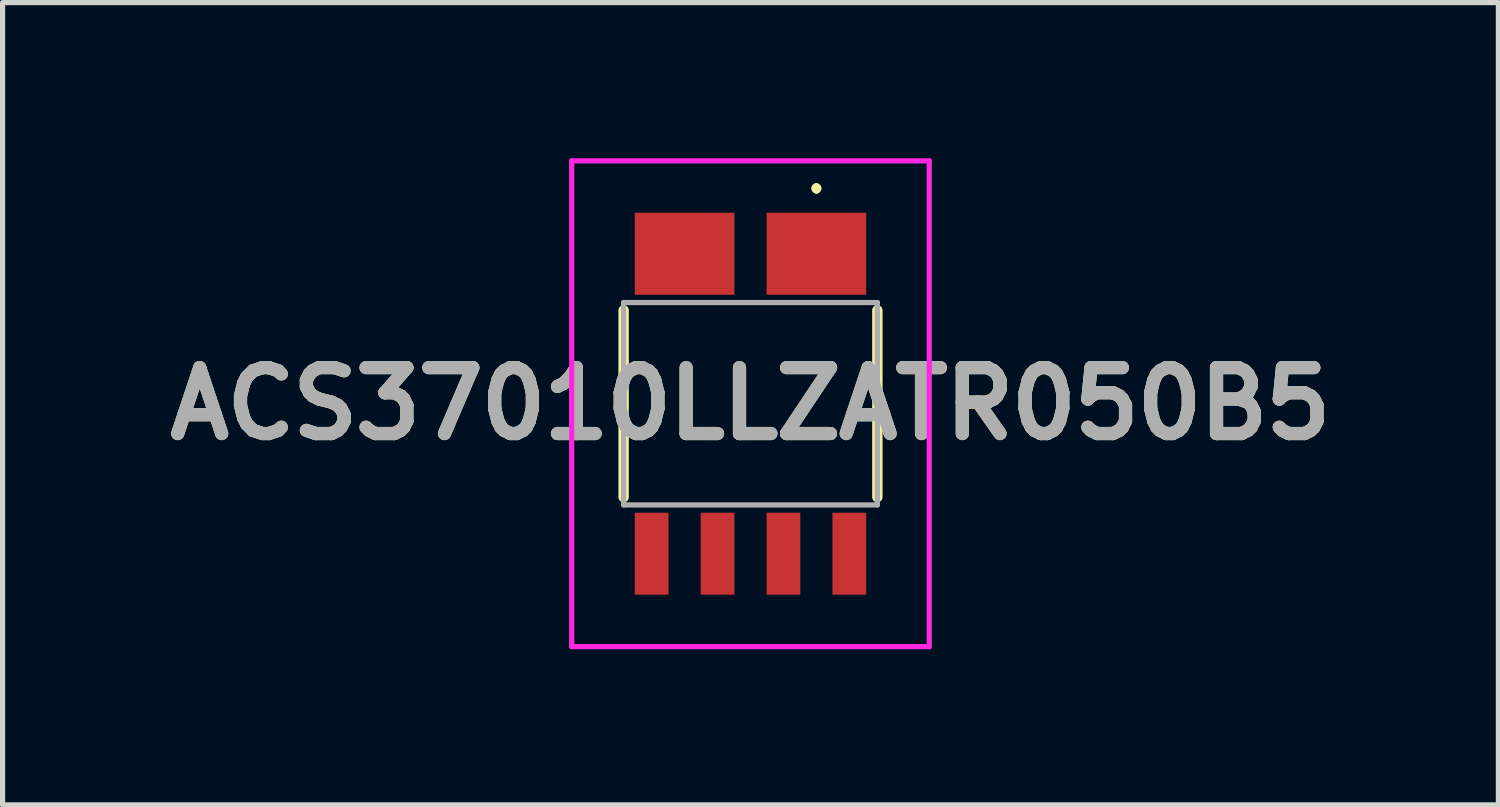
<source format=kicad_pcb>
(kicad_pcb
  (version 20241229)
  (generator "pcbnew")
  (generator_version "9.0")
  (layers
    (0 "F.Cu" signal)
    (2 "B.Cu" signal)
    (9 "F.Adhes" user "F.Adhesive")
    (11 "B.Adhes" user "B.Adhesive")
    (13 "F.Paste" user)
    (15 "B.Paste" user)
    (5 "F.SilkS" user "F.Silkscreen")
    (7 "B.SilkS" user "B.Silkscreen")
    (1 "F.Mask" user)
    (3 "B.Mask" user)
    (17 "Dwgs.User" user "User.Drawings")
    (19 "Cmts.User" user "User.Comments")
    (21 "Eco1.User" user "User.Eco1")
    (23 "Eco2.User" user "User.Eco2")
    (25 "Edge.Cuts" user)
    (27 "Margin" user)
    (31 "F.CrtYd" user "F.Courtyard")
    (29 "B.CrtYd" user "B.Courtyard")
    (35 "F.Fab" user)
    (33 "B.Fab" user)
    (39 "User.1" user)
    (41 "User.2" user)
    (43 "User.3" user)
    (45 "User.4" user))
  (footprint "ACS37010LLZATR050B5"
    (layer "F.Cu")
    (at 11.412 4.73)
    (property "Reference" "ACS37010LLZATR050B5" (at 0 0 0) (layer "F.SilkS") (effects (font (size 1.27 1.27) (thickness 0.254))))
    (attr smd)
    (fp_line (start -2.445 -1.8) (end -2.445 1.8) (stroke (width 0.2) (type solid)) (layer "F.SilkS"))
    (fp_line (start 1.27 -4.2) (end 1.27 -4.2) (stroke (width 0.1) (type solid)) (layer "F.SilkS"))
    (fp_line (start 1.27 -4.1) (end 1.27 -4.1) (stroke (width 0.1) (type solid)) (layer "F.SilkS"))
    (fp_line (start 2.445 -1.8) (end 2.445 1.8) (stroke (width 0.2) (type solid)) (layer "F.SilkS"))
    (fp_arc (start 1.27 -4.2) (mid 1.32 -4.15) (end 1.27 -4.1) (stroke (width 0.1) (type solid)) (layer "F.SilkS"))
    (fp_arc (start 1.27 -4.1) (mid 1.22 -4.15) (end 1.27 -4.2) (stroke (width 0.1) (type solid)) (layer "F.SilkS"))
    (fp_line (start -3.445 -4.68) (end 3.445 -4.68) (stroke (width 0.1) (type solid)) (layer "F.CrtYd"))
    (fp_line (start -3.445 4.68) (end -3.445 -4.68) (stroke (width 0.1) (type solid)) (layer "F.CrtYd"))
    (fp_line (start 3.445 -4.68) (end 3.445 4.68) (stroke (width 0.1) (type solid)) (layer "F.CrtYd"))
    (fp_line (start 3.445 4.68) (end -3.445 4.68) (stroke (width 0.1) (type solid)) (layer "F.CrtYd"))
    (fp_line (start -2.445 -1.95) (end 2.445 -1.95) (stroke (width 0.1) (type solid)) (layer "F.Fab"))
    (fp_line (start -2.445 1.95) (end -2.445 -1.95) (stroke (width 0.1) (type solid)) (layer "F.Fab"))
    (fp_line (start 2.445 -1.95) (end 2.445 1.95) (stroke (width 0.1) (type solid)) (layer "F.Fab"))
    (fp_line (start 2.445 1.95) (end -2.445 1.95) (stroke (width 0.1) (type solid)) (layer "F.Fab"))
    (fp_text user "${REFERENCE}" (at 0 0 0) (layer "F.Fab") (effects (font (size 1.27 1.27) (thickness 0.254))))
    (pad "1" smd rect (at 1.27 -2.89 90) (size 1.58 1.92) (layers "F.Cu" "F.Mask" "F.Paste"))
    (pad "4" smd rect (at -1.27 -2.89 90) (size 1.58 1.92) (layers "F.Cu" "F.Mask" "F.Paste"))
    (pad "5" smd rect (at -1.905 2.89) (size 0.65 1.58) (layers "F.Cu" "F.Mask" "F.Paste"))
    (pad "6" smd rect (at -0.635 2.89) (size 0.65 1.58) (layers "F.Cu" "F.Mask" "F.Paste"))
    (pad "7" smd rect (at 0.635 2.89) (size 0.65 1.58) (layers "F.Cu" "F.Mask" "F.Paste"))
    (pad "8" smd rect (at 1.905 2.89) (size 0.65 1.58) (layers "F.Cu" "F.Mask" "F.Paste")))
  (gr_rect
    (start -3 -3)
    (end 25.824 12.46)
    (stroke (width 0.1) (type default))
    (fill no)
    (layer "Edge.Cuts")))
</source>
